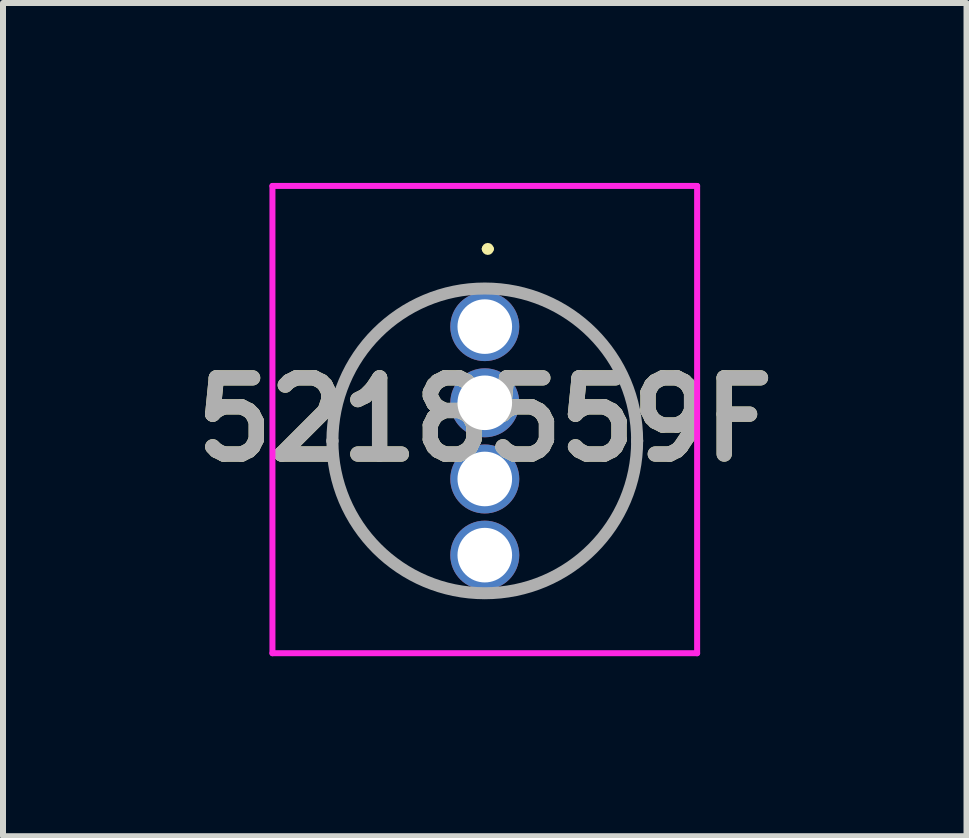
<source format=kicad_pcb>
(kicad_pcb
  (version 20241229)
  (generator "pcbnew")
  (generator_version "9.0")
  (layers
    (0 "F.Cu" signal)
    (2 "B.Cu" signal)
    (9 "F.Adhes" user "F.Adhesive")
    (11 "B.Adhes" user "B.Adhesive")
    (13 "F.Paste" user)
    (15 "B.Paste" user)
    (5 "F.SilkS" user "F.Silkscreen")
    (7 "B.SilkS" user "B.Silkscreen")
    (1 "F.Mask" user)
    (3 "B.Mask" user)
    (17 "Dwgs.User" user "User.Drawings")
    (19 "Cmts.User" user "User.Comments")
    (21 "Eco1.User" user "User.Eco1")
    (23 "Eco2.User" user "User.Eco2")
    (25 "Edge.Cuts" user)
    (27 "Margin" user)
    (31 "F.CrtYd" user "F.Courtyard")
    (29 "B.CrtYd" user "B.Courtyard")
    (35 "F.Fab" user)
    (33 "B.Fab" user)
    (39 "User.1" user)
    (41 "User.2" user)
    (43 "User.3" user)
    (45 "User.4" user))
  (footprint "5218559F"
    (layer "F.Cu")
    (at 5.032 2.395)
    (property "Reference" "5218559F" (at 0 1.55 0) (layer "F.SilkS") (effects (font (size 1.27 1.27) (thickness 0.254))))
    (attr through_hole)
    (fp_line (start 0 -1.295) (end 0 -1.295) (stroke (width 0.1) (type solid)) (layer "F.SilkS"))
    (fp_line (start 0.1 -1.295) (end 0.1 -1.295) (stroke (width 0.1) (type solid)) (layer "F.SilkS"))
    (fp_arc (start 0 -1.295) (mid 0.05 -1.345) (end 0.1 -1.295) (stroke (width 0.1) (type solid)) (layer "F.SilkS"))
    (fp_arc (start 0.1 -1.295) (mid 0.05 -1.245) (end 0 -1.295) (stroke (width 0.1) (type solid)) (layer "F.SilkS"))
    (fp_line (start -3.54 -2.345) (end 3.54 -2.345) (stroke (width 0.1) (type solid)) (layer "F.CrtYd"))
    (fp_line (start -3.54 5.445) (end -3.54 -2.345) (stroke (width 0.1) (type solid)) (layer "F.CrtYd"))
    (fp_line (start 3.54 -2.345) (end 3.54 5.445) (stroke (width 0.1) (type solid)) (layer "F.CrtYd"))
    (fp_line (start 3.54 5.445) (end -3.54 5.445) (stroke (width 0.1) (type solid)) (layer "F.CrtYd"))
    (fp_line (start -2.54 1.905) (end -2.54 1.905) (stroke (width 0.2) (type solid)) (layer "F.Fab"))
    (fp_line (start 2.54 1.905) (end 2.54 1.905) (stroke (width 0.2) (type solid)) (layer "F.Fab"))
    (fp_arc (start -2.54 1.905) (mid 0 -0.635) (end 2.54 1.905) (stroke (width 0.2) (type solid)) (layer "F.Fab"))
    (fp_arc (start 2.54 1.905) (mid 0 4.445) (end -2.54 1.905) (stroke (width 0.2) (type solid)) (layer "F.Fab"))
    (fp_text user "${REFERENCE}" (at 0 1.55 0) (layer "F.Fab") (effects (font (size 1.27 1.27) (thickness 0.254))))
    (pad "1" thru_hole circle (at 0 0) (size 1.15 1.15) (drill 0.91) (layers "*.Cu" "*.Mask"))
    (pad "2" thru_hole circle (at 0 1.27) (size 1.15 1.15) (drill 0.91) (layers "*.Cu" "*.Mask"))
    (pad "3" thru_hole circle (at 0 2.54) (size 1.15 1.15) (drill 0.91) (layers "*.Cu" "*.Mask"))
    (pad "4" thru_hole circle (at 0 3.81) (size 1.15 1.15) (drill 0.91) (layers "*.Cu" "*.Mask")))
  (gr_rect
    (start -3 -3)
    (end 13.063 10.89)
    (stroke (width 0.1) (type default))
    (fill no)
    (layer "Edge.Cuts")))
</source>
